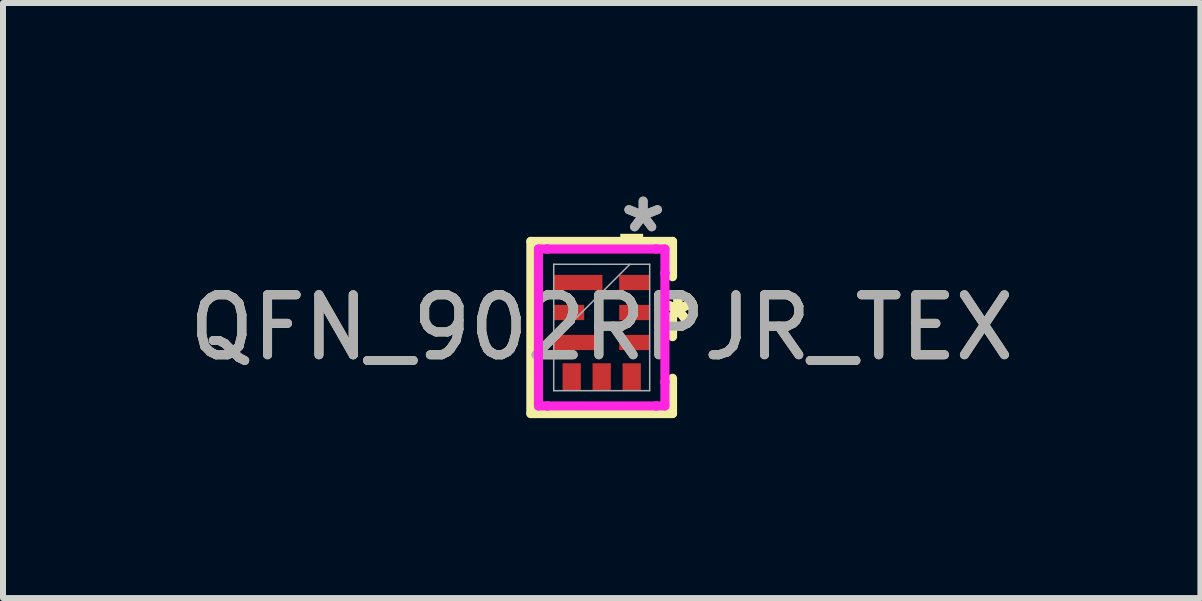
<source format=kicad_pcb>
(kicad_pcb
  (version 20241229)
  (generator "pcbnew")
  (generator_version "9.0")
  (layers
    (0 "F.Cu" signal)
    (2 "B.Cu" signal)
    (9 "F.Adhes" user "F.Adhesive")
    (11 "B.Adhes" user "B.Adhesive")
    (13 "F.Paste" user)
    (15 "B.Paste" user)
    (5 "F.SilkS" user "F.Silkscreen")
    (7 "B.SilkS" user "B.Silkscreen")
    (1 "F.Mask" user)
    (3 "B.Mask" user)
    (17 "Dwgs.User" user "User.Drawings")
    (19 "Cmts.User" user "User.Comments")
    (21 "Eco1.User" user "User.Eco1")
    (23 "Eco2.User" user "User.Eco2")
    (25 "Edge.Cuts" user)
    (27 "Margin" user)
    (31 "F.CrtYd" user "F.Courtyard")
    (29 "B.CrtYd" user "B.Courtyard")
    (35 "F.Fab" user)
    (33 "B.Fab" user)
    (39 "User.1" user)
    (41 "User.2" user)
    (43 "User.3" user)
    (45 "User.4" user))
  (footprint "QFN_902RPJR_TEX"
    (layer "F.Cu")
    (at 6.982 2.41)
    (property "Reference" "QFN_902RPJR_TEX" (at 0 0 0) (unlocked yes) (layer "F.SilkS") (effects (font (size 1 1) (thickness 0.15))))
    (attr smd)
    (fp_line (start -1.181 -1.435) (end -1.181 1.435) (stroke (width 0.152) (type solid)) (layer "F.SilkS"))
    (fp_line (start -1.181 1.435) (end 1.181 1.435) (stroke (width 0.152) (type solid)) (layer "F.SilkS"))
    (fp_line (start 1.181 -1.435) (end -1.181 -1.435) (stroke (width 0.152) (type solid)) (layer "F.SilkS"))
    (fp_line (start 1.181 -0.847) (end 1.181 -1.435) (stroke (width 0.152) (type solid)) (layer "F.SilkS"))
    (fp_line (start 1.181 0.153) (end 1.181 -0.153) (stroke (width 0.152) (type solid)) (layer "F.SilkS"))
    (fp_line (start 1.181 1.435) (end 1.181 0.847) (stroke (width 0.152) (type solid)) (layer "F.SilkS"))
    (fp_poly (pts (xy 0.31 -1.308) (xy 0.31 -1.562) (xy 0.691 -1.562) (xy 0.691 -1.308)) (stroke (width 0) (type solid)) (fill yes) (layer "F.SilkS"))
    (fp_line (start -1.054 -1.308) (end -0.907 -1.308) (stroke (width 0.152) (type solid)) (layer "F.CrtYd"))
    (fp_line (start -1.054 -0.907) (end -1.054 -1.308) (stroke (width 0.152) (type solid)) (layer "F.CrtYd"))
    (fp_line (start -1.054 -0.907) (end -1.054 -0.907) (stroke (width 0.152) (type solid)) (layer "F.CrtYd"))
    (fp_line (start -1.054 0.907) (end -1.054 -0.907) (stroke (width 0.152) (type solid)) (layer "F.CrtYd"))
    (fp_line (start -1.054 0.907) (end -1.054 0.907) (stroke (width 0.152) (type solid)) (layer "F.CrtYd"))
    (fp_line (start -1.054 1.308) (end -1.054 0.907) (stroke (width 0.152) (type solid)) (layer "F.CrtYd"))
    (fp_line (start -0.907 -1.308) (end -0.907 -1.308) (stroke (width 0.152) (type solid)) (layer "F.CrtYd"))
    (fp_line (start -0.907 -1.308) (end 0.907 -1.308) (stroke (width 0.152) (type solid)) (layer "F.CrtYd"))
    (fp_line (start -0.907 1.308) (end -1.054 1.308) (stroke (width 0.152) (type solid)) (layer "F.CrtYd"))
    (fp_line (start -0.907 1.308) (end -0.907 1.308) (stroke (width 0.152) (type solid)) (layer "F.CrtYd"))
    (fp_line (start 0.907 -1.308) (end 0.907 -1.308) (stroke (width 0.152) (type solid)) (layer "F.CrtYd"))
    (fp_line (start 0.907 -1.308) (end 1.054 -1.308) (stroke (width 0.152) (type solid)) (layer "F.CrtYd"))
    (fp_line (start 0.907 1.308) (end -0.907 1.308) (stroke (width 0.152) (type solid)) (layer "F.CrtYd"))
    (fp_line (start 0.907 1.308) (end 0.907 1.308) (stroke (width 0.152) (type solid)) (layer "F.CrtYd"))
    (fp_line (start 1.054 -1.308) (end 1.054 -0.907) (stroke (width 0.152) (type solid)) (layer "F.CrtYd"))
    (fp_line (start 1.054 -0.907) (end 1.054 -0.907) (stroke (width 0.152) (type solid)) (layer "F.CrtYd"))
    (fp_line (start 1.054 -0.907) (end 1.054 0.907) (stroke (width 0.152) (type solid)) (layer "F.CrtYd"))
    (fp_line (start 1.054 0.907) (end 1.054 0.907) (stroke (width 0.152) (type solid)) (layer "F.CrtYd"))
    (fp_line (start 1.054 0.907) (end 1.054 1.308) (stroke (width 0.152) (type solid)) (layer "F.CrtYd"))
    (fp_line (start 1.054 1.308) (end 0.907 1.308) (stroke (width 0.152) (type solid)) (layer "F.CrtYd"))
    (fp_line (start -0.8 -1.054) (end -0.8 1.054) (stroke (width 0.025) (type solid)) (layer "F.Fab"))
    (fp_line (start -0.8 0.216) (end 0.47 -1.054) (stroke (width 0.025) (type solid)) (layer "F.Fab"))
    (fp_line (start -0.8 1.054) (end 0.8 1.054) (stroke (width 0.025) (type solid)) (layer "F.Fab"))
    (fp_line (start 0.8 -1.054) (end -0.8 -1.054) (stroke (width 0.025) (type solid)) (layer "F.Fab"))
    (fp_line (start 0.8 1.054) (end 0.8 -1.054) (stroke (width 0.025) (type solid)) (layer "F.Fab"))
    (fp_text user "*" (at 1.27 0 0) (layer "F.SilkS") (effects (font (size 1 1) (thickness 0.15))))
    (fp_text user "*" (at 1.27 0 0) (unlocked yes) (layer "F.SilkS") (effects (font (size 1 1) (thickness 0.15))))
    (fp_text user "*" (at 0.691 -1.562 0) (unlocked yes) (layer "F.Fab") (effects (font (size 1 1) (thickness 0.15))))
    (fp_text user "*" (at 0.691 -1.562 0) (layer "F.Fab") (effects (font (size 1 1) (thickness 0.15))))
    (fp_text user "${REFERENCE}" (at 0 0 0) (unlocked yes) (layer "F.Fab") (effects (font (size 1 1) (thickness 0.15))))
    (pad "1" smd rect (at 0.546 0.25 90) (size 0.254 0.508) (layers "F.Cu" "F.Mask" "F.Paste"))
    (pad "2" smd rect (at 0.546 -0.25 90) (size 0.254 0.508) (layers "F.Cu" "F.Mask" "F.Paste"))
    (pad "3" smd rect (at 0.546 -0.75 90) (size 0.254 0.508) (layers "F.Cu" "F.Mask" "F.Paste"))
    (pad "4" smd rect (at -0.394 -0.75 90) (size 0.254 0.813) (layers "F.Cu" "F.Mask" "F.Paste"))
    (pad "5" smd rect (at -0.546 -0.25 90) (size 0.254 0.508) (layers "F.Cu" "F.Mask" "F.Paste"))
    (pad "6" smd rect (at -0.394 0.25 90) (size 0.254 0.813) (layers "F.Cu" "F.Mask" "F.Paste"))
    (pad "7" smd rect (at -0.5 0.825) (size 0.305 0.457) (layers "F.Cu" "F.Mask" "F.Paste"))
    (pad "8" smd rect (at 0 0.825) (size 0.305 0.457) (layers "F.Cu" "F.Mask" "F.Paste"))
    (pad "9" smd rect (at 0.5 0.825) (size 0.305 0.457) (layers "F.Cu" "F.Mask" "F.Paste")))
  (gr_rect
    (start -3 -3)
    (end 16.964 6.921)
    (stroke (width 0.1) (type default))
    (fill no)
    (layer "Edge.Cuts")))
</source>
